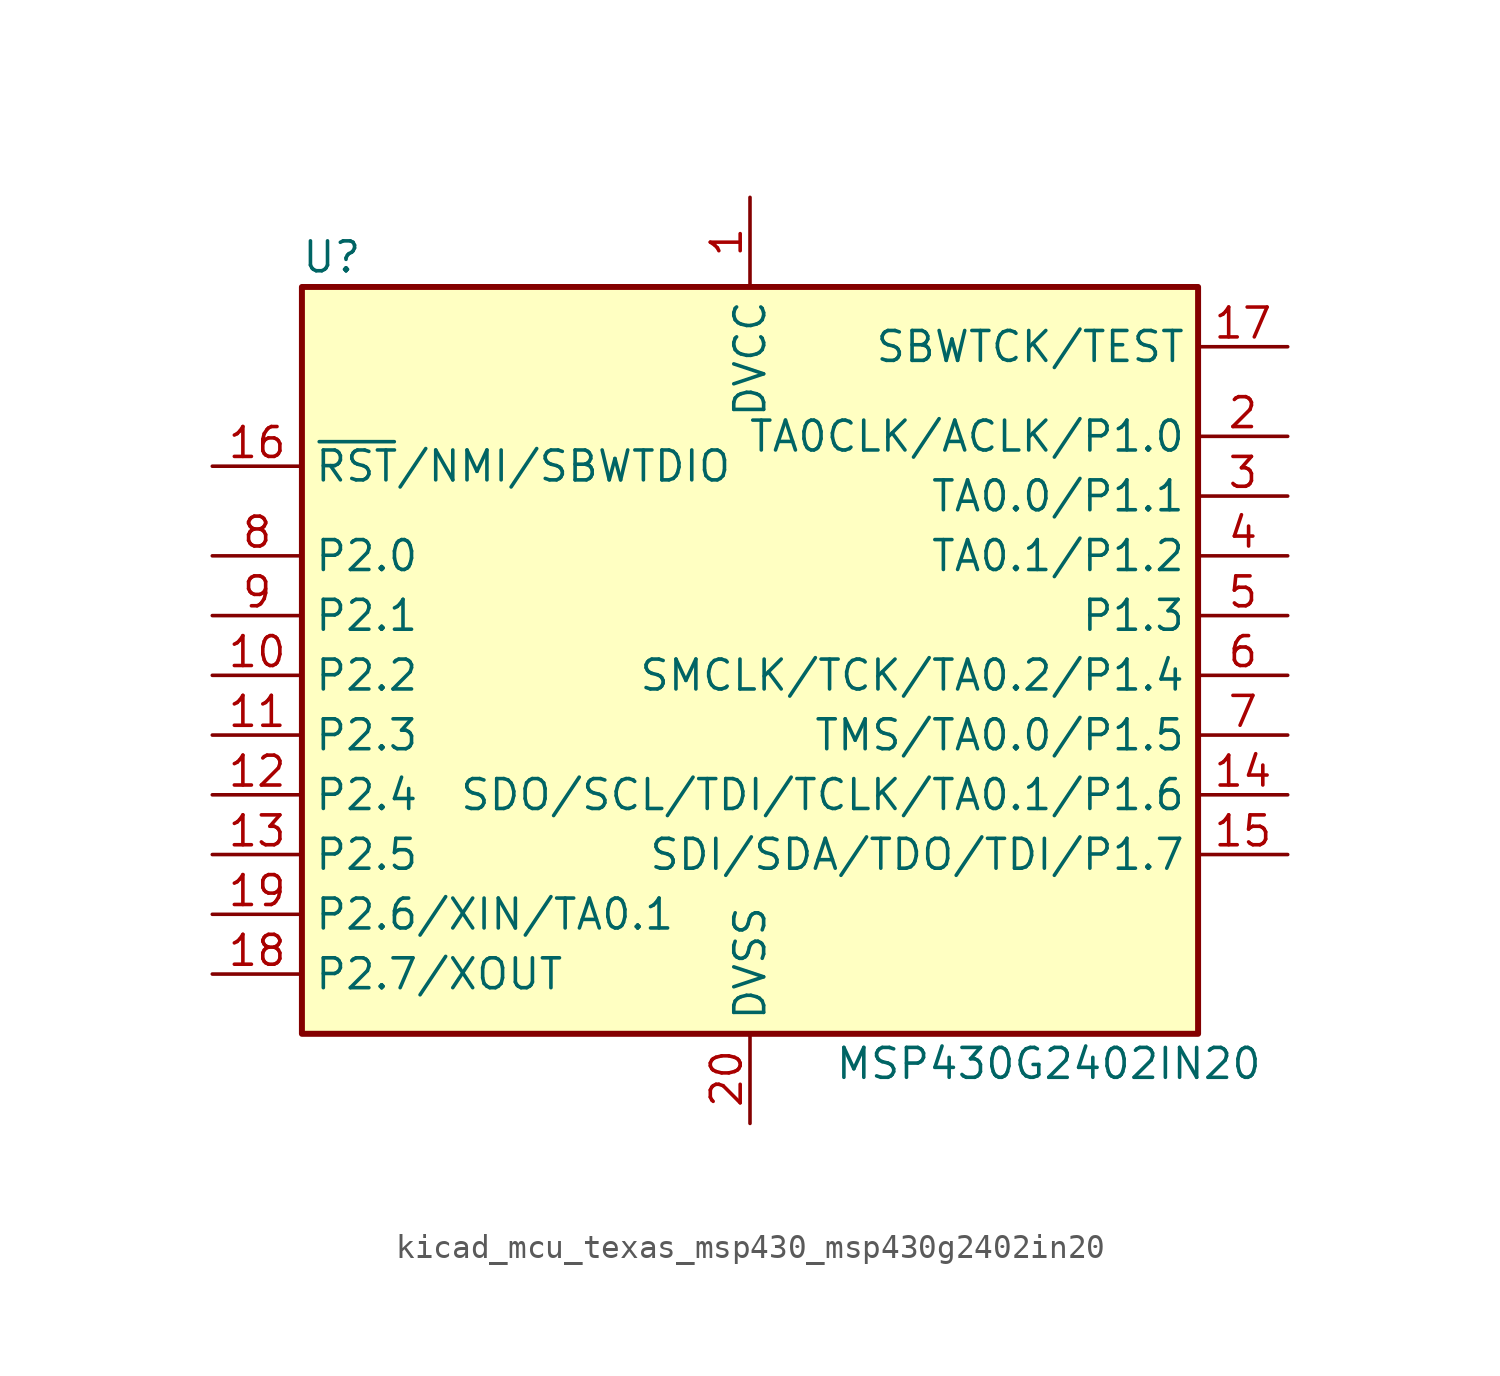
<source format=kicad_sym>
(kicad_symbol_lib
  (version 20220914)
  (generator kicad_symbol_editor)
  (symbol "kicad_mcu_texas_msp430_msp430g2402in20"
    (property "Reference" "U"
      (at -17.78 17.78 0)
      (effects (font (size 1.27 1.27))))
    (property "Value" "MSP430G2402IN20"
      (at 12.7 -16.51 0)
      (effects (font (size 1.27 1.27))))
    (symbol "kicad_mcu_texas_msp430_msp430g2402in20_0_1"
      (rectangle (start -19.05 16.51) (end 19.05 -15.24) (stroke (width 0.254) (type default)) (fill (type background))))
    (symbol "kicad_mcu_texas_msp430_msp430g2402in20_1_1"
      (pin power_in line (at 0 20.32 270) (length 3.81) (name "DVCC" (effects (font (size 1.27 1.27)))) (number "1" (effects (font (size 1.27 1.27)))))
      (pin bidirectional line (at -22.86 0 0) (length 3.81) (name "P2.2" (effects (font (size 1.27 1.27)))) (number "10" (effects (font (size 1.27 1.27)))))
      (pin bidirectional line (at -22.86 -2.54 0) (length 3.81) (name "P2.3" (effects (font (size 1.27 1.27)))) (number "11" (effects (font (size 1.27 1.27)))))
      (pin bidirectional line (at -22.86 -5.08 0) (length 3.81) (name "P2.4" (effects (font (size 1.27 1.27)))) (number "12" (effects (font (size 1.27 1.27)))))
      (pin bidirectional line (at -22.86 -7.62 0) (length 3.81) (name "P2.5" (effects (font (size 1.27 1.27)))) (number "13" (effects (font (size 1.27 1.27)))))
      (pin bidirectional line (at 22.86 -5.08 180) (length 3.81) (name "SDO/SCL/TDI/TCLK/TA0.1/P1.6" (effects (font (size 1.27 1.27)))) (number "14" (effects (font (size 1.27 1.27)))))
      (pin bidirectional line (at 22.86 -7.62 180) (length 3.81) (name "SDI/SDA/TDO/TDI/P1.7" (effects (font (size 1.27 1.27)))) (number "15" (effects (font (size 1.27 1.27)))))
      (pin input line (at -22.86 8.89 0) (length 3.81) (name "~{RST}/NMI/SBWTDIO" (effects (font (size 1.27 1.27)))) (number "16" (effects (font (size 1.27 1.27)))))
      (pin input line (at 22.86 13.97 180) (length 3.81) (name "SBWTCK/TEST" (effects (font (size 1.27 1.27)))) (number "17" (effects (font (size 1.27 1.27)))))
      (pin bidirectional line (at -22.86 -12.7 0) (length 3.81) (name "P2.7/XOUT" (effects (font (size 1.27 1.27)))) (number "18" (effects (font (size 1.27 1.27)))))
      (pin bidirectional line (at -22.86 -10.16 0) (length 3.81) (name "P2.6/XIN/TA0.1" (effects (font (size 1.27 1.27)))) (number "19" (effects (font (size 1.27 1.27)))))
      (pin bidirectional line (at 22.86 10.16 180) (length 3.81) (name "TA0CLK/ACLK/P1.0" (effects (font (size 1.27 1.27)))) (number "2" (effects (font (size 1.27 1.27)))))
      (pin power_in line (at 0 -19.05 90) (length 3.81) (name "DVSS" (effects (font (size 1.27 1.27)))) (number "20" (effects (font (size 1.27 1.27)))))
      (pin bidirectional line (at 22.86 7.62 180) (length 3.81) (name "TA0.0/P1.1" (effects (font (size 1.27 1.27)))) (number "3" (effects (font (size 1.27 1.27)))))
      (pin bidirectional line (at 22.86 5.08 180) (length 3.81) (name "TA0.1/P1.2" (effects (font (size 1.27 1.27)))) (number "4" (effects (font (size 1.27 1.27)))))
      (pin bidirectional line (at 22.86 2.54 180) (length 3.81) (name "P1.3" (effects (font (size 1.27 1.27)))) (number "5" (effects (font (size 1.27 1.27)))))
      (pin bidirectional line (at 22.86 0 180) (length 3.81) (name "SMCLK/TCK/TA0.2/P1.4" (effects (font (size 1.27 1.27)))) (number "6" (effects (font (size 1.27 1.27)))))
      (pin bidirectional line (at 22.86 -2.54 180) (length 3.81) (name "TMS/TA0.0/P1.5" (effects (font (size 1.27 1.27)))) (number "7" (effects (font (size 1.27 1.27)))))
      (pin bidirectional line (at -22.86 5.08 0) (length 3.81) (name "P2.0" (effects (font (size 1.27 1.27)))) (number "8" (effects (font (size 1.27 1.27)))))
      (pin bidirectional line (at -22.86 2.54 0) (length 3.81) (name "P2.1" (effects (font (size 1.27 1.27)))) (number "9" (effects (font (size 1.27 1.27))))))))
</source>
